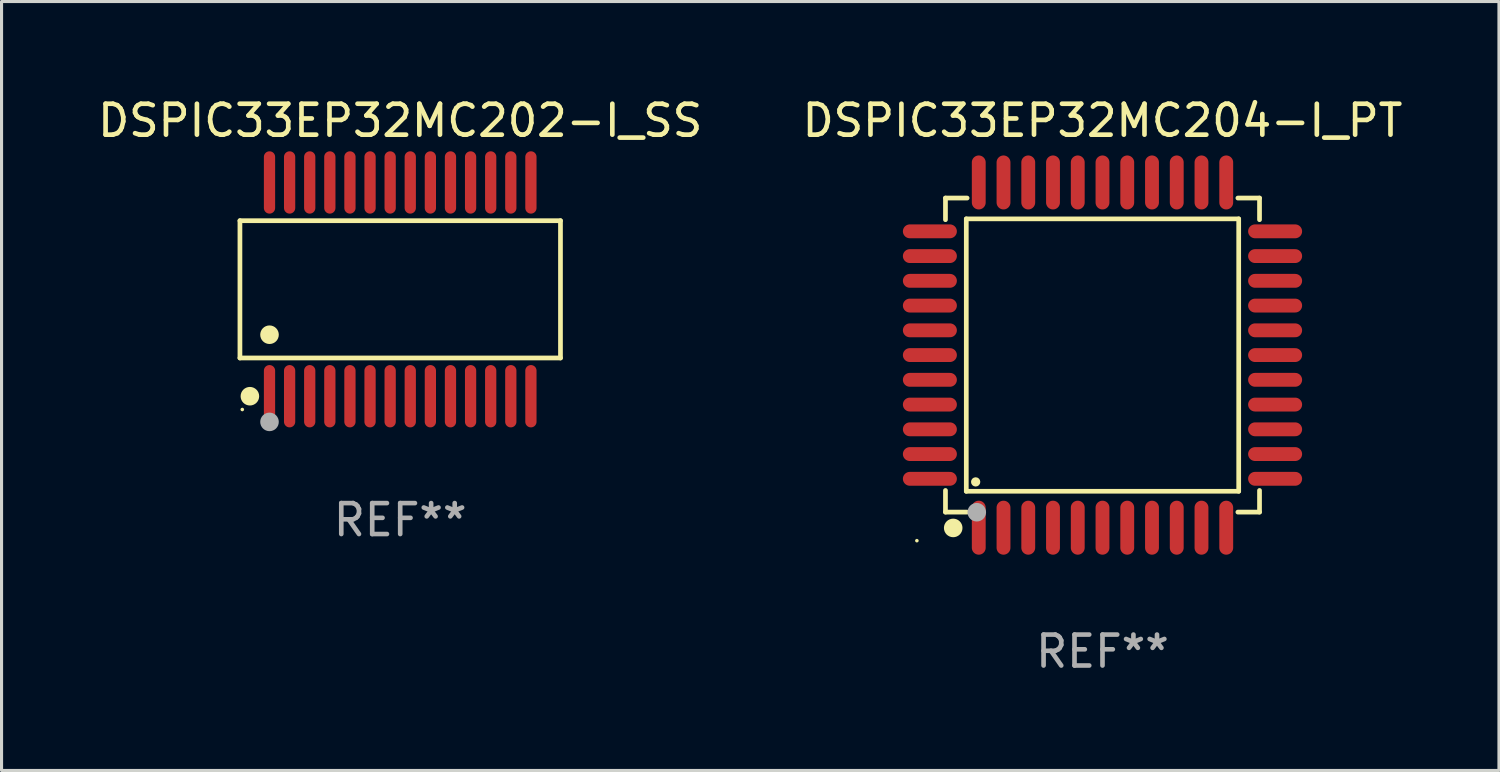
<source format=kicad_pcb>
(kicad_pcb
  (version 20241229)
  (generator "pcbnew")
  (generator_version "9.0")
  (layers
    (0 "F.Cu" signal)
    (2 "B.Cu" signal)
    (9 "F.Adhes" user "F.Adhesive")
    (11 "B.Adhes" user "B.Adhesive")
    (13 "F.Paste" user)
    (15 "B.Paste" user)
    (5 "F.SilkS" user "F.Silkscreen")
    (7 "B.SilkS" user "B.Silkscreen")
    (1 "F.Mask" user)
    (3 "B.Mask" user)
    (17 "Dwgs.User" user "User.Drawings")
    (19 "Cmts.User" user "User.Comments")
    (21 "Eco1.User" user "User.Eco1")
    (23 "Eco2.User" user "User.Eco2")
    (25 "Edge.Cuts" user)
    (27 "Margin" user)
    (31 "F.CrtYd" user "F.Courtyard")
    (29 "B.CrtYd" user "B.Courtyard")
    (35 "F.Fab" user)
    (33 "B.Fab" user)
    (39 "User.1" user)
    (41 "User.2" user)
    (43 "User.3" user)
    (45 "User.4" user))
  (footprint "DSPIC33EP32MC202-I_SS"
    (layer "F.Cu")
    (at 9.887 6.303)
    (property "Reference" "DSPIC33EP32MC202-I_SS" (at 0 -5.455 0) (layer "F.SilkS") (effects (font (size 1 1) (thickness 0.15))))
    (attr through_hole)
    (fp_line (start -5.181 -2.219) (end 5.181 -2.219) (stroke (width 0.152) (type solid)) (layer "F.SilkS"))
    (fp_line (start -5.181 2.219) (end -5.181 -2.219) (stroke (width 0.152) (type solid)) (layer "F.SilkS"))
    (fp_line (start 5.181 -2.219) (end 5.181 2.219) (stroke (width 0.152) (type solid)) (layer "F.SilkS"))
    (fp_line (start 5.181 2.219) (end -5.181 2.219) (stroke (width 0.152) (type solid)) (layer "F.SilkS"))
    (fp_circle (center -5.105 3.885) (end -5.075 3.885) (stroke (width 0.06) (type solid)) (fill no) (layer "F.SilkS"))
    (fp_circle (center -4.859 3.455) (end -4.709 3.455) (stroke (width 0.3) (type solid)) (fill no) (layer "F.SilkS"))
    (fp_circle (center -4.225 1.467) (end -4.075 1.467) (stroke (width 0.3) (type solid)) (fill no) (layer "F.SilkS"))
    (fp_circle (center -4.225 4.285) (end -4.075 4.285) (stroke (width 0.3) (type solid)) (fill no) (layer "F.Fab"))
    (fp_text user "REF**" (at 0 7.455 0) (layer "F.Fab") (effects (font (size 1 1) (thickness 0.15))))
    (pad "1" smd oval (at -4.225 3.455) (size 0.364 2.015) (layers "F.Cu" "F.Mask" "F.Paste"))
    (pad "2" smd oval (at -3.575 3.455) (size 0.364 2.015) (layers "F.Cu" "F.Mask" "F.Paste"))
    (pad "3" smd oval (at -2.925 3.455) (size 0.364 2.015) (layers "F.Cu" "F.Mask" "F.Paste"))
    (pad "4" smd oval (at -2.275 3.455) (size 0.364 2.015) (layers "F.Cu" "F.Mask" "F.Paste"))
    (pad "5" smd oval (at -1.625 3.455) (size 0.364 2.015) (layers "F.Cu" "F.Mask" "F.Paste"))
    (pad "6" smd oval (at -0.975 3.455) (size 0.364 2.015) (layers "F.Cu" "F.Mask" "F.Paste"))
    (pad "7" smd oval (at -0.325 3.455) (size 0.364 2.015) (layers "F.Cu" "F.Mask" "F.Paste"))
    (pad "8" smd oval (at 0.325 3.455) (size 0.364 2.015) (layers "F.Cu" "F.Mask" "F.Paste"))
    (pad "9" smd oval (at 0.975 3.455) (size 0.364 2.015) (layers "F.Cu" "F.Mask" "F.Paste"))
    (pad "10" smd oval (at 1.625 3.455) (size 0.364 2.015) (layers "F.Cu" "F.Mask" "F.Paste"))
    (pad "11" smd oval (at 2.275 3.455) (size 0.364 2.015) (layers "F.Cu" "F.Mask" "F.Paste"))
    (pad "12" smd oval (at 2.925 3.455) (size 0.364 2.015) (layers "F.Cu" "F.Mask" "F.Paste"))
    (pad "13" smd oval (at 3.575 3.455) (size 0.364 2.015) (layers "F.Cu" "F.Mask" "F.Paste"))
    (pad "14" smd oval (at 4.225 3.455) (size 0.364 2.015) (layers "F.Cu" "F.Mask" "F.Paste"))
    (pad "15" smd oval (at 4.225 -3.455) (size 0.364 2.015) (layers "F.Cu" "F.Mask" "F.Paste"))
    (pad "16" smd oval (at 3.575 -3.455) (size 0.364 2.015) (layers "F.Cu" "F.Mask" "F.Paste"))
    (pad "17" smd oval (at 2.925 -3.455) (size 0.364 2.015) (layers "F.Cu" "F.Mask" "F.Paste"))
    (pad "18" smd oval (at 2.275 -3.455) (size 0.364 2.015) (layers "F.Cu" "F.Mask" "F.Paste"))
    (pad "19" smd oval (at 1.625 -3.455) (size 0.364 2.015) (layers "F.Cu" "F.Mask" "F.Paste"))
    (pad "20" smd oval (at 0.975 -3.455) (size 0.364 2.015) (layers "F.Cu" "F.Mask" "F.Paste"))
    (pad "21" smd oval (at 0.325 -3.455) (size 0.364 2.015) (layers "F.Cu" "F.Mask" "F.Paste"))
    (pad "22" smd oval (at -0.325 -3.455) (size 0.364 2.015) (layers "F.Cu" "F.Mask" "F.Paste"))
    (pad "23" smd oval (at -0.975 -3.455) (size 0.364 2.015) (layers "F.Cu" "F.Mask" "F.Paste"))
    (pad "24" smd oval (at -1.625 -3.455) (size 0.364 2.015) (layers "F.Cu" "F.Mask" "F.Paste"))
    (pad "25" smd oval (at -2.275 -3.455) (size 0.364 2.015) (layers "F.Cu" "F.Mask" "F.Paste"))
    (pad "26" smd oval (at -2.925 -3.455) (size 0.364 2.015) (layers "F.Cu" "F.Mask" "F.Paste"))
    (pad "27" smd oval (at -3.575 -3.455) (size 0.364 2.015) (layers "F.Cu" "F.Mask" "F.Paste"))
    (pad "28" smd oval (at -4.225 -3.455) (size 0.364 2.015) (layers "F.Cu" "F.Mask" "F.Paste")))
  (footprint "DSPIC33EP32MC204-I_PT"
    (layer "F.Cu")
    (at 32.589 8.428)
    (property "Reference" "DSPIC33EP32MC204-I_PT" (at 0 -7.58 0) (layer "F.SilkS") (effects (font (size 1 1) (thickness 0.15))))
    (attr through_hole)
    (fp_line (start -5.076 -5.076) (end -5.076 -4.376) (stroke (width 0.152) (type solid)) (layer "F.SilkS"))
    (fp_line (start -5.076 5.076) (end -5.076 4.376) (stroke (width 0.152) (type solid)) (layer "F.SilkS"))
    (fp_line (start -4.403 -4.403) (end 4.403 -4.403) (stroke (width 0.152) (type solid)) (layer "F.SilkS"))
    (fp_line (start -4.403 4.403) (end -4.403 -4.403) (stroke (width 0.152) (type solid)) (layer "F.SilkS"))
    (fp_line (start -4.376 -5.076) (end -5.076 -5.076) (stroke (width 0.152) (type solid)) (layer "F.SilkS"))
    (fp_line (start -4.376 5.076) (end -5.076 5.076) (stroke (width 0.152) (type solid)) (layer "F.SilkS"))
    (fp_line (start 4.376 -5.076) (end 5.076 -5.076) (stroke (width 0.152) (type solid)) (layer "F.SilkS"))
    (fp_line (start 4.376 5.076) (end 5.076 5.076) (stroke (width 0.152) (type solid)) (layer "F.SilkS"))
    (fp_line (start 4.403 -4.403) (end 4.403 4.403) (stroke (width 0.152) (type solid)) (layer "F.SilkS"))
    (fp_line (start 4.403 4.403) (end -4.403 4.403) (stroke (width 0.152) (type solid)) (layer "F.SilkS"))
    (fp_line (start 5.076 -5.076) (end 5.076 -4.376) (stroke (width 0.152) (type solid)) (layer "F.SilkS"))
    (fp_line (start 5.076 5.076) (end 5.076 4.376) (stroke (width 0.152) (type solid)) (layer "F.SilkS"))
    (fp_circle (center -6 6) (end -5.97 6) (stroke (width 0.06) (type solid)) (fill no) (layer "F.SilkS"))
    (fp_circle (center -4.826 5.588) (end -4.676 5.588) (stroke (width 0.3) (type solid)) (fill no) (layer "F.SilkS"))
    (fp_circle (center -4.1 4.1) (end -4.025 4.1) (stroke (width 0.15) (type solid)) (fill no) (layer "F.SilkS"))
    (fp_circle (center -4.064 5.08) (end -3.914 5.08) (stroke (width 0.3) (type solid)) (fill no) (layer "F.Fab"))
    (fp_text user "REF**" (at 0 9.58 0) (layer "F.Fab") (effects (font (size 1 1) (thickness 0.15))))
    (pad "1" smd oval (at -4 5.58) (size 0.448 1.745) (layers "F.Cu" "F.Mask" "F.Paste"))
    (pad "2" smd oval (at -3.2 5.58) (size 0.448 1.745) (layers "F.Cu" "F.Mask" "F.Paste"))
    (pad "3" smd oval (at -2.4 5.58) (size 0.448 1.745) (layers "F.Cu" "F.Mask" "F.Paste"))
    (pad "4" smd oval (at -1.6 5.58) (size 0.448 1.745) (layers "F.Cu" "F.Mask" "F.Paste"))
    (pad "5" smd oval (at -0.8 5.58) (size 0.448 1.745) (layers "F.Cu" "F.Mask" "F.Paste"))
    (pad "6" smd oval (at 0 5.58) (size 0.448 1.745) (layers "F.Cu" "F.Mask" "F.Paste"))
    (pad "7" smd oval (at 0.8 5.58) (size 0.448 1.745) (layers "F.Cu" "F.Mask" "F.Paste"))
    (pad "8" smd oval (at 1.6 5.58) (size 0.448 1.745) (layers "F.Cu" "F.Mask" "F.Paste"))
    (pad "9" smd oval (at 2.4 5.58) (size 0.448 1.745) (layers "F.Cu" "F.Mask" "F.Paste"))
    (pad "10" smd oval (at 3.2 5.58) (size 0.448 1.745) (layers "F.Cu" "F.Mask" "F.Paste"))
    (pad "11" smd oval (at 4 5.58) (size 0.448 1.745) (layers "F.Cu" "F.Mask" "F.Paste"))
    (pad "12" smd oval (at 5.58 4) (size 1.745 0.448) (layers "F.Cu" "F.Mask" "F.Paste"))
    (pad "13" smd oval (at 5.58 3.2) (size 1.745 0.448) (layers "F.Cu" "F.Mask" "F.Paste"))
    (pad "14" smd oval (at 5.58 2.4) (size 1.745 0.448) (layers "F.Cu" "F.Mask" "F.Paste"))
    (pad "15" smd oval (at 5.58 1.6) (size 1.745 0.448) (layers "F.Cu" "F.Mask" "F.Paste"))
    (pad "16" smd oval (at 5.58 0.8) (size 1.745 0.448) (layers "F.Cu" "F.Mask" "F.Paste"))
    (pad "17" smd oval (at 5.58 0) (size 1.745 0.448) (layers "F.Cu" "F.Mask" "F.Paste"))
    (pad "18" smd oval (at 5.58 -0.8) (size 1.745 0.448) (layers "F.Cu" "F.Mask" "F.Paste"))
    (pad "19" smd oval (at 5.58 -1.6) (size 1.745 0.448) (layers "F.Cu" "F.Mask" "F.Paste"))
    (pad "20" smd oval (at 5.58 -2.4) (size 1.745 0.448) (layers "F.Cu" "F.Mask" "F.Paste"))
    (pad "21" smd oval (at 5.58 -3.2) (size 1.745 0.448) (layers "F.Cu" "F.Mask" "F.Paste"))
    (pad "22" smd oval (at 5.58 -4) (size 1.745 0.448) (layers "F.Cu" "F.Mask" "F.Paste"))
    (pad "23" smd oval (at 4 -5.58) (size 0.448 1.745) (layers "F.Cu" "F.Mask" "F.Paste"))
    (pad "24" smd oval (at 3.2 -5.58) (size 0.448 1.745) (layers "F.Cu" "F.Mask" "F.Paste"))
    (pad "25" smd oval (at 2.4 -5.58) (size 0.448 1.745) (layers "F.Cu" "F.Mask" "F.Paste"))
    (pad "26" smd oval (at 1.6 -5.58) (size 0.448 1.745) (layers "F.Cu" "F.Mask" "F.Paste"))
    (pad "27" smd oval (at 0.8 -5.58) (size 0.448 1.745) (layers "F.Cu" "F.Mask" "F.Paste"))
    (pad "28" smd oval (at 0 -5.58) (size 0.448 1.745) (layers "F.Cu" "F.Mask" "F.Paste"))
    (pad "29" smd oval (at -0.8 -5.58) (size 0.448 1.745) (layers "F.Cu" "F.Mask" "F.Paste"))
    (pad "30" smd oval (at -1.6 -5.58) (size 0.448 1.745) (layers "F.Cu" "F.Mask" "F.Paste"))
    (pad "31" smd oval (at -2.4 -5.58) (size 0.448 1.745) (layers "F.Cu" "F.Mask" "F.Paste"))
    (pad "32" smd oval (at -3.2 -5.58) (size 0.448 1.745) (layers "F.Cu" "F.Mask" "F.Paste"))
    (pad "33" smd oval (at -4 -5.58) (size 0.448 1.745) (layers "F.Cu" "F.Mask" "F.Paste"))
    (pad "34" smd oval (at -5.58 -4) (size 1.745 0.448) (layers "F.Cu" "F.Mask" "F.Paste"))
    (pad "35" smd oval (at -5.58 -3.2) (size 1.745 0.448) (layers "F.Cu" "F.Mask" "F.Paste"))
    (pad "36" smd oval (at -5.58 -2.4) (size 1.745 0.448) (layers "F.Cu" "F.Mask" "F.Paste"))
    (pad "37" smd oval (at -5.58 -1.6) (size 1.745 0.448) (layers "F.Cu" "F.Mask" "F.Paste"))
    (pad "38" smd oval (at -5.58 -0.8) (size 1.745 0.448) (layers "F.Cu" "F.Mask" "F.Paste"))
    (pad "39" smd oval (at -5.58 0) (size 1.745 0.448) (layers "F.Cu" "F.Mask" "F.Paste"))
    (pad "40" smd oval (at -5.58 0.8) (size 1.745 0.448) (layers "F.Cu" "F.Mask" "F.Paste"))
    (pad "41" smd oval (at -5.58 1.6) (size 1.745 0.448) (layers "F.Cu" "F.Mask" "F.Paste"))
    (pad "42" smd oval (at -5.58 2.4) (size 1.745 0.448) (layers "F.Cu" "F.Mask" "F.Paste"))
    (pad "43" smd oval (at -5.58 3.2) (size 1.745 0.448) (layers "F.Cu" "F.Mask" "F.Paste"))
    (pad "44" smd oval (at -5.58 4) (size 1.745 0.448) (layers "F.Cu" "F.Mask" "F.Paste")))
  (gr_rect
    (start -3 -3)
    (end 45.405 21.856)
    (stroke (width 0.1) (type default))
    (fill no)
    (layer "Edge.Cuts")))
</source>
